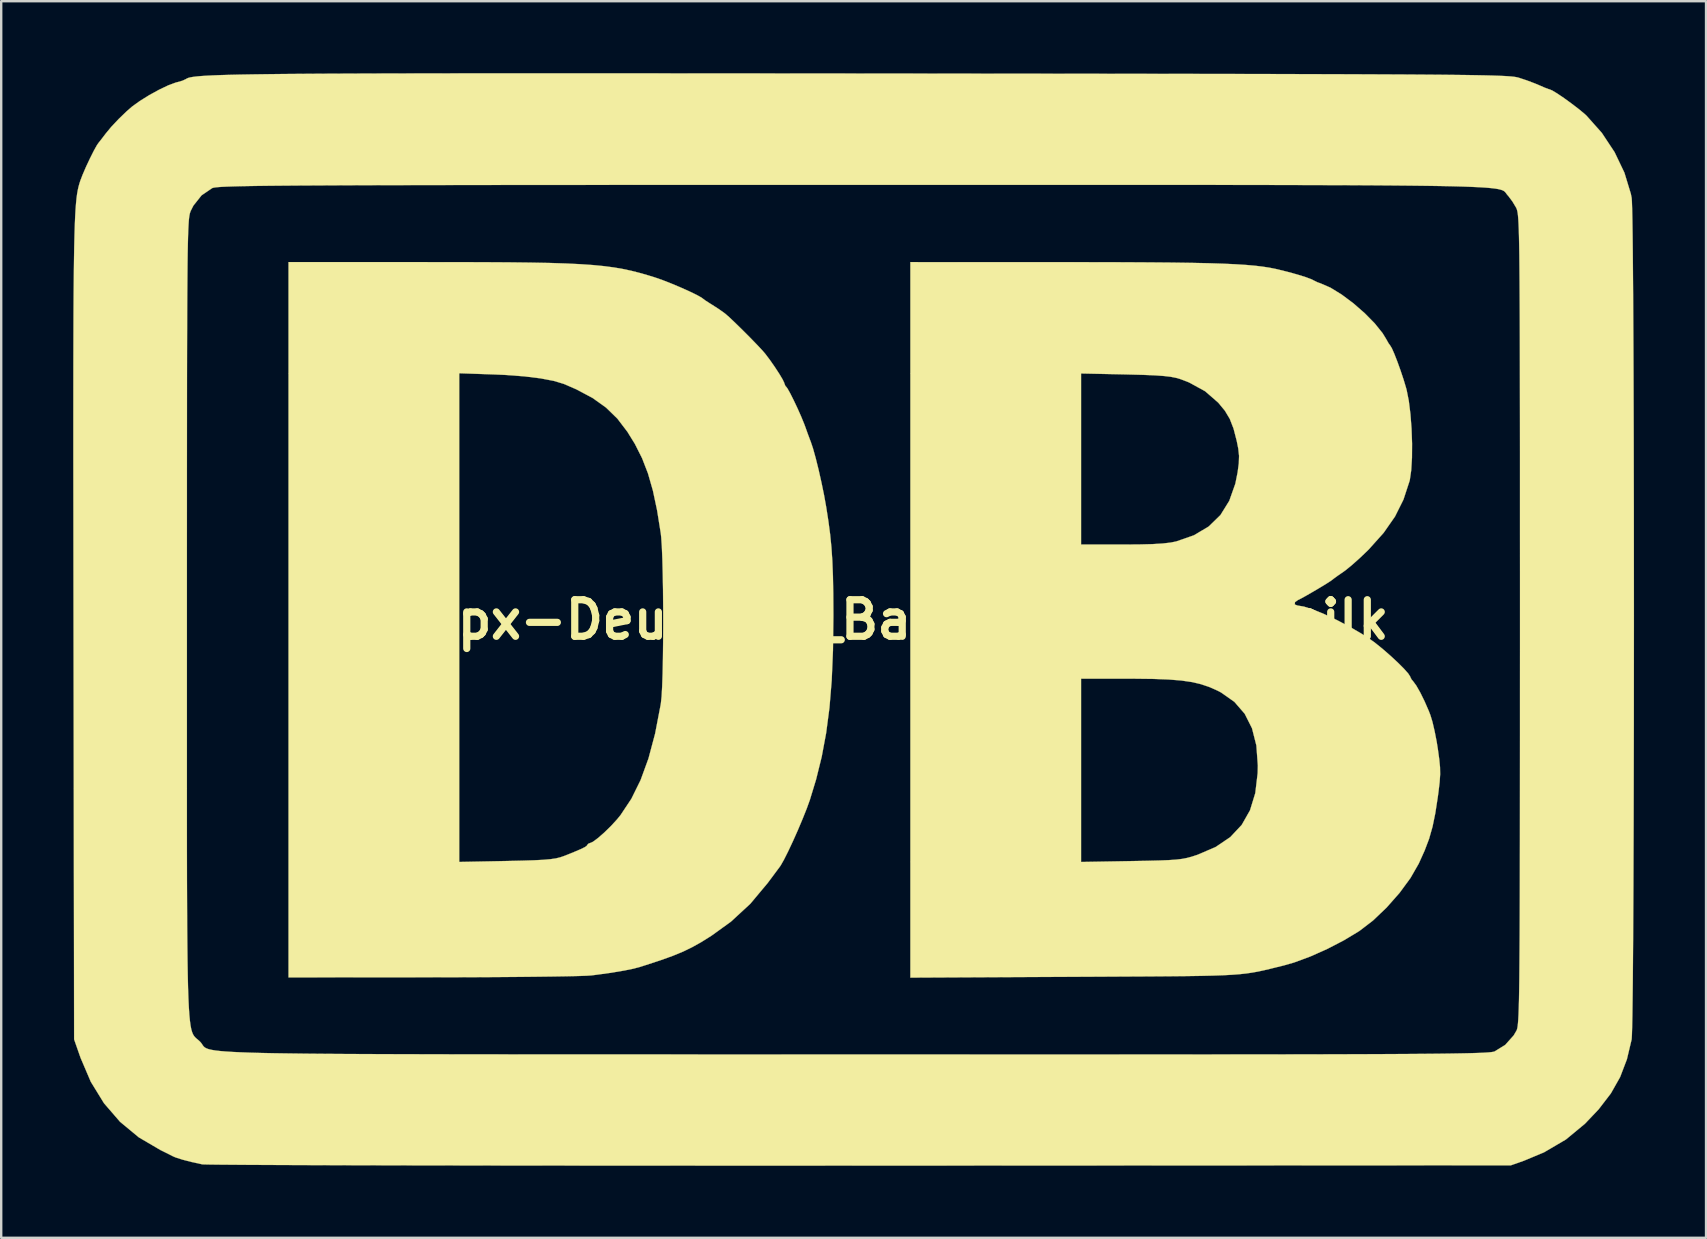
<source format=kicad_pcb>
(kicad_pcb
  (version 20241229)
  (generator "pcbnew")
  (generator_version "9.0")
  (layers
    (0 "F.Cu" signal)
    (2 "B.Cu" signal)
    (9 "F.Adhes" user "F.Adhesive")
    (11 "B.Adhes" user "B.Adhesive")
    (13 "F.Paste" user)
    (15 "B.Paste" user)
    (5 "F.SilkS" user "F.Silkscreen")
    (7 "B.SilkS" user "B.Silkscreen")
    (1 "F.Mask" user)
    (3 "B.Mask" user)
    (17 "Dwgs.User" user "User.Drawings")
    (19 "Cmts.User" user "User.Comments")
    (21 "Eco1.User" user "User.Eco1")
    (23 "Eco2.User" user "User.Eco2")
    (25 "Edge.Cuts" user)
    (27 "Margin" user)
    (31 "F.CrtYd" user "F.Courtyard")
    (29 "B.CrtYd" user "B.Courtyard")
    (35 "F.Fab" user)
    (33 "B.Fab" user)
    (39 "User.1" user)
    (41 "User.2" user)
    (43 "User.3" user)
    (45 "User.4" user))
  (footprint "1280px-Deutsche_Bahn_AG-Logo-silk"
    (layer "F.Cu")
    (at 32.508 22.771)
    (property "Reference" "1280px-Deutsche_Bahn_AG-Logo-silk" (at 0 0 0) (layer "F.SilkS") (effects (font (size 1.524 1.524) (thickness 0.3))))
    (attr through_hole)
    (fp_poly (pts (xy -16.548 -14.9) (xy -15.374 -14.897) (xy -14.343 -14.891) (xy -13.441 -14.88) (xy -12.654 -14.865) (xy -11.969 -14.843) (xy -11.373 -14.814) (xy -10.852 -14.778) (xy -10.393 -14.733) (xy -9.982 -14.679) (xy -9.605 -14.614) (xy -9.25 -14.538) (xy -8.902 -14.449) (xy -8.549 -14.348) (xy -8.255 -14.257) (xy -7.945 -14.148) (xy -7.58 -14.005) (xy -7.198 -13.844) (xy -6.837 -13.682) (xy -6.534 -13.535) (xy -6.329 -13.421) (xy -6.265 -13.373) (xy -6.173 -13.304) (xy -5.988 -13.185) (xy -5.884 -13.12) (xy -5.624 -12.953) (xy -5.388 -12.787) (xy -5.334 -12.745) (xy -5.158 -12.59) (xy -4.904 -12.348) (xy -4.604 -12.054) (xy -4.296 -11.745) (xy -4.013 -11.453) (xy -3.791 -11.216) (xy -3.682 -11.09) (xy -3.481 -10.824) (xy -3.276 -10.53) (xy -3.091 -10.247) (xy -2.952 -10.014) (xy -2.882 -9.868) (xy -2.879 -9.849) (xy -2.833 -9.735) (xy -2.815 -9.723) (xy -2.747 -9.633) (xy -2.631 -9.425) (xy -2.485 -9.135) (xy -2.327 -8.8) (xy -2.175 -8.458) (xy -2.047 -8.145) (xy -1.994 -8.001) (xy -1.895 -7.724) (xy -1.808 -7.491) (xy -1.776 -7.408) (xy -1.684 -7.134) (xy -1.573 -6.734) (xy -1.452 -6.248) (xy -1.333 -5.718) (xy -1.223 -5.185) (xy -1.136 -4.699) (xy -1.044 -4.11) (xy -0.972 -3.563) (xy -0.918 -3.023) (xy -0.88 -2.455) (xy -0.855 -1.826) (xy -0.841 -1.101) (xy -0.836 -0.245) (xy -0.836 -0.127) (xy -0.853 1.27) (xy -0.906 2.527) (xy -1 3.669) (xy -1.138 4.721) (xy -1.323 5.71) (xy -1.558 6.659) (xy -1.817 7.509) (xy -1.948 7.87) (xy -2.12 8.3) (xy -2.316 8.765) (xy -2.522 9.227) (xy -2.721 9.65) (xy -2.897 10) (xy -3.033 10.239) (xy -3.066 10.287) (xy -3.143 10.39) (xy -3.293 10.592) (xy -3.49 10.856) (xy -3.57 10.964) (xy -4.298 11.834) (xy -5.105 12.579) (xy -5.916 13.164) (xy -6.324 13.42) (xy -6.703 13.633) (xy -7.09 13.822) (xy -7.52 14) (xy -8.028 14.183) (xy -8.651 14.387) (xy -8.932 14.476) (xy -9.233 14.552) (xy -9.662 14.635) (xy -10.176 14.719) (xy -10.734 14.795) (xy -10.922 14.818) (xy -11.113 14.831) (xy -11.457 14.843) (xy -11.94 14.854) (xy -12.546 14.864) (xy -13.259 14.873) (xy -14.065 14.881) (xy -14.947 14.888) (xy -15.89 14.893) (xy -16.88 14.896) (xy -17.547 14.897) (xy -23.537 14.901) (xy -23.537 10.091) (xy -16.425 10.091) (xy -14.457 10.052) (xy -13.806 10.037) (xy -13.299 10.021) (xy -12.911 10.001) (xy -12.618 9.975) (xy -12.395 9.942) (xy -12.216 9.898) (xy -12.065 9.846) (xy -11.642 9.677) (xy -11.356 9.555) (xy -11.184 9.47) (xy -11.104 9.41) (xy -11.091 9.379) (xy -11.025 9.316) (xy -10.997 9.313) (xy -10.86 9.254) (xy -10.644 9.095) (xy -10.382 8.866) (xy -10.105 8.596) (xy -9.846 8.313) (xy -9.704 8.139) (xy -9.254 7.462) (xy -8.868 6.68) (xy -8.54 5.78) (xy -8.264 4.746) (xy -8.037 3.564) (xy -8.022 3.471) (xy -7.993 3.196) (xy -7.97 2.778) (xy -7.951 2.244) (xy -7.938 1.619) (xy -7.93 0.932) (xy -7.926 0.207) (xy -7.928 -0.527) (xy -7.934 -1.246) (xy -7.946 -1.922) (xy -7.962 -2.529) (xy -7.983 -3.041) (xy -8.009 -3.43) (xy -8.027 -3.598) (xy -8.181 -4.559) (xy -8.356 -5.382) (xy -8.561 -6.097) (xy -8.808 -6.734) (xy -9.106 -7.325) (xy -9.419 -7.832) (xy -9.835 -8.378) (xy -10.308 -8.839) (xy -10.868 -9.239) (xy -11.546 -9.6) (xy -12.065 -9.825) (xy -12.477 -9.95) (xy -13.036 -10.057) (xy -13.72 -10.141) (xy -14.506 -10.2) (xy -14.965 -10.22) (xy -16.425 -10.27) (xy -16.425 10.091) (xy -23.537 10.091) (xy -23.537 -14.901) (xy -17.877 -14.901) (xy -16.548 -14.9)) (stroke (width 0.01) (type solid)) (fill yes) (layer "F.SilkS"))
    (fp_poly (pts (xy 8.7 -14.899) (xy 10.071 -14.898) (xy 11.285 -14.895) (xy 12.353 -14.889) (xy 13.287 -14.881) (xy 14.098 -14.869) (xy 14.799 -14.854) (xy 15.401 -14.835) (xy 15.916 -14.811) (xy 16.356 -14.783) (xy 16.732 -14.75) (xy 17.056 -14.711) (xy 17.34 -14.667) (xy 17.596 -14.616) (xy 17.653 -14.603) (xy 18.093 -14.494) (xy 18.505 -14.38) (xy 18.851 -14.272) (xy 19.093 -14.181) (xy 19.177 -14.137) (xy 19.319 -14.066) (xy 19.469 -14.012) (xy 19.877 -13.834) (xy 20.343 -13.547) (xy 20.83 -13.183) (xy 21.301 -12.772) (xy 21.719 -12.347) (xy 22.047 -11.938) (xy 22.193 -11.699) (xy 22.292 -11.523) (xy 22.36 -11.43) (xy 22.43 -11.316) (xy 22.535 -11.078) (xy 22.661 -10.755) (xy 22.794 -10.386) (xy 22.92 -10.008) (xy 23.024 -9.661) (xy 23.049 -9.567) (xy 23.138 -9.118) (xy 23.206 -8.569) (xy 23.252 -7.962) (xy 23.274 -7.341) (xy 23.27 -6.75) (xy 23.239 -6.231) (xy 23.181 -5.829) (xy 23.168 -5.777) (xy 22.916 -5.008) (xy 22.563 -4.301) (xy 22.089 -3.621) (xy 21.473 -2.934) (xy 21.418 -2.879) (xy 21.106 -2.581) (xy 20.791 -2.299) (xy 20.52 -2.076) (xy 20.402 -1.99) (xy 20.183 -1.839) (xy 20.027 -1.726) (xy 19.981 -1.689) (xy 19.885 -1.618) (xy 19.683 -1.489) (xy 19.415 -1.326) (xy 19.123 -1.154) (xy 18.847 -0.995) (xy 18.63 -0.876) (xy 18.521 -0.823) (xy 18.395 -0.732) (xy 18.388 -0.636) (xy 18.499 -0.593) (xy 18.769 -0.548) (xy 19.15 -0.425) (xy 19.61 -0.237) (xy 20.119 0.002) (xy 20.645 0.277) (xy 21.159 0.575) (xy 21.492 0.787) (xy 21.757 0.98) (xy 22.06 1.226) (xy 22.375 1.501) (xy 22.674 1.778) (xy 22.929 2.032) (xy 23.112 2.237) (xy 23.196 2.366) (xy 23.199 2.381) (xy 23.252 2.486) (xy 23.317 2.562) (xy 23.449 2.741) (xy 23.616 3.035) (xy 23.797 3.402) (xy 23.969 3.797) (xy 24.038 3.975) (xy 24.123 4.254) (xy 24.214 4.644) (xy 24.3 5.084) (xy 24.349 5.391) (xy 24.407 5.815) (xy 24.439 6.146) (xy 24.444 6.443) (xy 24.423 6.764) (xy 24.375 7.169) (xy 24.346 7.385) (xy 24.242 8.062) (xy 24.126 8.625) (xy 23.983 9.127) (xy 23.795 9.623) (xy 23.552 10.16) (xy 23.209 10.758) (xy 22.751 11.382) (xy 22.217 11.987) (xy 21.648 12.53) (xy 21.081 12.965) (xy 21.078 12.967) (xy 20.448 13.348) (xy 19.751 13.71) (xy 19.04 14.028) (xy 18.368 14.277) (xy 17.949 14.398) (xy 17.629 14.477) (xy 17.35 14.546) (xy 17.097 14.606) (xy 16.858 14.657) (xy 16.619 14.7) (xy 16.368 14.737) (xy 16.091 14.767) (xy 15.775 14.791) (xy 15.406 14.811) (xy 14.972 14.826) (xy 14.459 14.838) (xy 13.854 14.847) (xy 13.143 14.854) (xy 12.314 14.86) (xy 11.353 14.865) (xy 10.247 14.871) (xy 9.207 14.876) (xy 2.371 14.91) (xy 2.371 2.455) (xy 9.483 2.455) (xy 9.483 10.092) (xy 11.578 10.055) (xy 12.234 10.043) (xy 12.747 10.03) (xy 13.143 10.014) (xy 13.45 9.993) (xy 13.692 9.964) (xy 13.897 9.924) (xy 14.092 9.872) (xy 14.302 9.803) (xy 14.339 9.791) (xy 15.089 9.468) (xy 15.7 9.056) (xy 16.176 8.548) (xy 16.522 7.939) (xy 16.742 7.222) (xy 16.841 6.389) (xy 16.848 6.071) (xy 16.787 5.237) (xy 16.605 4.521) (xy 16.3 3.916) (xy 15.87 3.42) (xy 15.312 3.028) (xy 15.155 2.947) (xy 14.819 2.799) (xy 14.473 2.683) (xy 14.094 2.595) (xy 13.654 2.531) (xy 13.129 2.489) (xy 12.493 2.465) (xy 11.721 2.456) (xy 11.462 2.455) (xy 9.483 2.455) (xy 2.371 2.455) (xy 2.371 -3.133) (xy 9.483 -3.133) (xy 11.211 -3.133) (xy 11.907 -3.137) (xy 12.458 -3.151) (xy 12.885 -3.177) (xy 13.212 -3.215) (xy 13.443 -3.261) (xy 14.187 -3.52) (xy 14.801 -3.886) (xy 15.29 -4.362) (xy 15.658 -4.955) (xy 15.911 -5.67) (xy 16.005 -6.138) (xy 16.056 -6.525) (xy 16.066 -6.829) (xy 16.033 -7.132) (xy 15.969 -7.451) (xy 15.836 -7.965) (xy 15.68 -8.367) (xy 15.475 -8.71) (xy 15.198 -9.045) (xy 14.651 -9.521) (xy 13.975 -9.891) (xy 13.632 -10.023) (xy 13.44 -10.079) (xy 13.217 -10.123) (xy 12.935 -10.156) (xy 12.569 -10.182) (xy 12.092 -10.202) (xy 11.478 -10.218) (xy 11.324 -10.222) (xy 9.483 -10.261) (xy 9.483 -3.133) (xy 2.371 -3.133) (xy 2.371 -14.901) (xy 8.7 -14.899)) (stroke (width 0.01) (type solid)) (fill yes) (layer "F.SilkS"))
    (fp_poly (pts (xy -11.296 -22.766) (xy -9.361 -22.766) (xy -7.28 -22.764) (xy -5.048 -22.763) (xy -2.658 -22.761) (xy -0.105 -22.759) (xy 0.55 -22.758) (xy 3.076 -22.756) (xy 5.437 -22.753) (xy 7.641 -22.751) (xy 9.692 -22.749) (xy 11.596 -22.746) (xy 13.358 -22.744) (xy 14.985 -22.741) (xy 16.482 -22.739) (xy 17.853 -22.736) (xy 19.106 -22.732) (xy 20.245 -22.729) (xy 21.277 -22.725) (xy 22.206 -22.721) (xy 23.038 -22.717) (xy 23.78 -22.712) (xy 24.435 -22.707) (xy 25.011 -22.701) (xy 25.513 -22.695) (xy 25.945 -22.688) (xy 26.315 -22.681) (xy 26.627 -22.673) (xy 26.886 -22.664) (xy 27.1 -22.655) (xy 27.272 -22.645) (xy 27.409 -22.634) (xy 27.517 -22.623) (xy 27.6 -22.61) (xy 27.665 -22.597) (xy 27.712 -22.585) (xy 28.06 -22.47) (xy 28.408 -22.338) (xy 28.576 -22.267) (xy 28.804 -22.168) (xy 28.965 -22.107) (xy 29.003 -22.098) (xy 29.119 -22.049) (xy 29.331 -21.92) (xy 29.604 -21.735) (xy 29.902 -21.519) (xy 30.191 -21.299) (xy 30.434 -21.1) (xy 30.542 -21.002) (xy 31.179 -20.286) (xy 31.712 -19.481) (xy 32.122 -18.624) (xy 32.388 -17.75) (xy 32.423 -17.574) (xy 32.433 -17.429) (xy 32.443 -17.124) (xy 32.453 -16.67) (xy 32.462 -16.076) (xy 32.47 -15.353) (xy 32.477 -14.51) (xy 32.484 -13.557) (xy 32.49 -12.504) (xy 32.496 -11.361) (xy 32.501 -10.138) (xy 32.505 -8.845) (xy 32.509 -7.492) (xy 32.511 -6.088) (xy 32.514 -4.644) (xy 32.515 -3.169) (xy 32.516 -1.674) (xy 32.517 -0.168) (xy 32.516 1.339) (xy 32.515 2.837) (xy 32.514 4.315) (xy 32.511 5.765) (xy 32.508 7.176) (xy 32.505 8.539) (xy 32.5 9.842) (xy 32.496 11.078) (xy 32.49 12.234) (xy 32.484 13.303) (xy 32.477 14.273) (xy 32.47 15.135) (xy 32.461 15.879) (xy 32.453 16.495) (xy 32.443 16.973) (xy 32.433 17.303) (xy 32.423 17.476) (xy 32.421 17.489) (xy 32.224 18.316) (xy 31.943 19.052) (xy 31.557 19.734) (xy 31.047 20.398) (xy 30.478 20.997) (xy 29.684 21.654) (xy 28.771 22.19) (xy 27.935 22.539) (xy 27.39 22.731) (xy 0.296 22.743) (xy -1.839 22.744) (xy -3.931 22.744) (xy -5.976 22.744) (xy -7.965 22.743) (xy -9.893 22.743) (xy -11.754 22.741) (xy -13.54 22.74) (xy -15.245 22.738) (xy -16.863 22.735) (xy -18.387 22.733) (xy -19.812 22.73) (xy -21.13 22.727) (xy -22.335 22.723) (xy -23.421 22.719) (xy -24.381 22.715) (xy -25.208 22.711) (xy -25.897 22.706) (xy -26.441 22.702) (xy -26.833 22.697) (xy -27.067 22.692) (xy -27.136 22.688) (xy -27.577 22.592) (xy -27.961 22.492) (xy -28.245 22.401) (xy -28.345 22.358) (xy -28.506 22.276) (xy -28.747 22.156) (xy -28.871 22.095) (xy -29.774 21.566) (xy -30.558 20.916) (xy -31.225 20.144) (xy -31.775 19.25) (xy -32.202 18.25) (xy -32.47 17.484) (xy -32.487 5.489) (xy -27.771 5.489) (xy -27.771 7.025) (xy -27.771 8.42) (xy -27.77 9.681) (xy -27.768 10.814) (xy -27.764 11.828) (xy -27.76 12.728) (xy -27.753 13.522) (xy -27.745 14.218) (xy -27.735 14.821) (xy -27.723 15.34) (xy -27.708 15.78) (xy -27.69 16.15) (xy -27.67 16.455) (xy -27.646 16.704) (xy -27.619 16.903) (xy -27.589 17.06) (xy -27.554 17.18) (xy -27.516 17.272) (xy -27.473 17.342) (xy -27.426 17.398) (xy -27.375 17.446) (xy -27.318 17.493) (xy -27.256 17.547) (xy -27.219 17.583) (xy -27.176 17.633) (xy -27.143 17.679) (xy -27.115 17.722) (xy -27.086 17.762) (xy -27.05 17.799) (xy -27.003 17.834) (xy -26.938 17.865) (xy -26.851 17.895) (xy -26.735 17.921) (xy -26.585 17.946) (xy -26.395 17.968) (xy -26.16 17.988) (xy -25.875 18.006) (xy -25.533 18.022) (xy -25.129 18.037) (xy -24.658 18.05) (xy -24.114 18.061) (xy -23.492 18.07) (xy -22.786 18.079) (xy -21.99 18.086) (xy -21.099 18.092) (xy -20.107 18.096) (xy -19.01 18.1) (xy -17.8 18.103) (xy -16.473 18.106) (xy -15.024 18.107) (xy -13.446 18.109) (xy -11.734 18.109) (xy -9.883 18.11) (xy -7.886 18.11) (xy -5.739 18.111) (xy -3.436 18.111) (xy -0.971 18.112) (xy 0.011 18.112) (xy 2.532 18.112) (xy 4.89 18.113) (xy 7.09 18.113) (xy 9.136 18.113) (xy 11.036 18.113) (xy 12.793 18.112) (xy 14.414 18.111) (xy 15.905 18.11) (xy 17.27 18.109) (xy 18.515 18.107) (xy 19.646 18.105) (xy 20.669 18.102) (xy 21.588 18.099) (xy 22.409 18.095) (xy 23.139 18.091) (xy 23.781 18.086) (xy 24.342 18.081) (xy 24.828 18.075) (xy 25.243 18.068) (xy 25.593 18.061) (xy 25.885 18.053) (xy 26.123 18.045) (xy 26.312 18.036) (xy 26.459 18.026) (xy 26.569 18.015) (xy 26.647 18.003) (xy 26.698 17.991) (xy 26.715 17.985) (xy 27.155 17.713) (xy 27.509 17.316) (xy 27.628 17.111) (xy 27.645 17.068) (xy 27.66 17.008) (xy 27.674 16.922) (xy 27.687 16.804) (xy 27.699 16.647) (xy 27.71 16.443) (xy 27.719 16.186) (xy 27.728 15.869) (xy 27.735 15.484) (xy 27.742 15.026) (xy 27.747 14.486) (xy 27.752 13.858) (xy 27.757 13.135) (xy 27.76 12.309) (xy 27.763 11.374) (xy 27.765 10.323) (xy 27.767 9.149) (xy 27.768 7.845) (xy 27.769 6.403) (xy 27.77 4.817) (xy 27.77 3.081) (xy 27.771 1.185) (xy 27.771 -0.016) (xy 27.771 -2.002) (xy 27.77 -3.826) (xy 27.77 -5.494) (xy 27.77 -7.014) (xy 27.769 -8.393) (xy 27.767 -9.638) (xy 27.766 -10.756) (xy 27.764 -11.755) (xy 27.761 -12.64) (xy 27.757 -13.419) (xy 27.753 -14.1) (xy 27.748 -14.689) (xy 27.743 -15.194) (xy 27.736 -15.621) (xy 27.728 -15.977) (xy 27.72 -16.27) (xy 27.71 -16.507) (xy 27.699 -16.694) (xy 27.687 -16.839) (xy 27.673 -16.949) (xy 27.658 -17.03) (xy 27.642 -17.091) (xy 27.624 -17.138) (xy 27.609 -17.17) (xy 27.454 -17.428) (xy 27.283 -17.656) (xy 27.258 -17.683) (xy 27.223 -17.725) (xy 27.196 -17.763) (xy 27.169 -17.799) (xy 27.139 -17.832) (xy 27.099 -17.863) (xy 27.044 -17.892) (xy 26.968 -17.918) (xy 26.866 -17.943) (xy 26.733 -17.965) (xy 26.561 -17.985) (xy 26.347 -18.004) (xy 26.085 -18.02) (xy 25.769 -18.035) (xy 25.393 -18.049) (xy 24.952 -18.061) (xy 24.441 -18.071) (xy 23.853 -18.08) (xy 23.184 -18.088) (xy 22.428 -18.095) (xy 21.579 -18.101) (xy 20.632 -18.106) (xy 19.581 -18.109) (xy 18.42 -18.112) (xy 17.145 -18.115) (xy 15.749 -18.117) (xy 14.228 -18.118) (xy 12.574 -18.118) (xy 10.784 -18.119) (xy 8.851 -18.119) (xy 6.77 -18.119) (xy 4.536 -18.119) (xy 2.142 -18.119) (xy 0.037 -18.119) (xy -2.487 -18.119) (xy -4.848 -18.118) (xy -7.049 -18.118) (xy -9.098 -18.118) (xy -11 -18.117) (xy -12.76 -18.116) (xy -14.384 -18.115) (xy -15.876 -18.113) (xy -17.244 -18.111) (xy -18.491 -18.109) (xy -19.624 -18.107) (xy -20.649 -18.104) (xy -21.57 -18.1) (xy -22.393 -18.096) (xy -23.124 -18.092) (xy -23.768 -18.087) (xy -24.331 -18.082) (xy -24.817 -18.076) (xy -25.234 -18.069) (xy -25.586 -18.062) (xy -25.878 -18.054) (xy -26.117 -18.046) (xy -26.307 -18.037) (xy -26.454 -18.027) (xy -26.564 -18.016) (xy -26.643 -18.005) (xy -26.695 -17.992) (xy -26.717 -17.984) (xy -27.161 -17.682) (xy -27.502 -17.252) (xy -27.613 -17.032) (xy -27.631 -16.984) (xy -27.649 -16.927) (xy -27.664 -16.852) (xy -27.679 -16.754) (xy -27.692 -16.624) (xy -27.703 -16.457) (xy -27.714 -16.243) (xy -27.723 -15.978) (xy -27.731 -15.653) (xy -27.739 -15.261) (xy -27.745 -14.795) (xy -27.75 -14.248) (xy -27.755 -13.614) (xy -27.759 -12.884) (xy -27.762 -12.051) (xy -27.765 -11.11) (xy -27.767 -10.051) (xy -27.768 -8.869) (xy -27.769 -7.556) (xy -27.77 -6.105) (xy -27.77 -4.509) (xy -27.771 -2.761) (xy -27.771 -0.854) (xy -27.771 -0.037) (xy -27.771 1.965) (xy -27.771 3.805) (xy -27.771 5.489) (xy -32.487 5.489) (xy -32.494 0.466) (xy -32.497 -1.582) (xy -32.499 -3.468) (xy -32.501 -5.199) (xy -32.503 -6.782) (xy -32.503 -8.223) (xy -32.502 -9.531) (xy -32.501 -10.712) (xy -32.498 -11.773) (xy -32.495 -12.722) (xy -32.49 -13.565) (xy -32.483 -14.31) (xy -32.475 -14.963) (xy -32.466 -15.533) (xy -32.454 -16.025) (xy -32.441 -16.447) (xy -32.426 -16.806) (xy -32.409 -17.109) (xy -32.389 -17.363) (xy -32.368 -17.576) (xy -32.344 -17.753) (xy -32.317 -17.904) (xy -32.288 -18.034) (xy -32.256 -18.151) (xy -32.222 -18.261) (xy -32.213 -18.288) (xy -32.112 -18.552) (xy -31.97 -18.88) (xy -31.808 -19.224) (xy -31.651 -19.537) (xy -31.519 -19.774) (xy -31.454 -19.868) (xy -31.351 -19.997) (xy -31.201 -20.193) (xy -31.159 -20.249) (xy -30.922 -20.536) (xy -30.609 -20.868) (xy -30.279 -21.186) (xy -30.056 -21.38) (xy -29.732 -21.614) (xy -29.34 -21.858) (xy -28.926 -22.085) (xy -28.54 -22.269) (xy -28.23 -22.383) (xy -28.173 -22.397) (xy -27.955 -22.459) (xy -27.81 -22.527) (xy -27.808 -22.528) (xy -27.77 -22.552) (xy -27.716 -22.574) (xy -27.639 -22.595) (xy -27.535 -22.614) (xy -27.397 -22.632) (xy -27.221 -22.649) (xy -27 -22.664) (xy -26.73 -22.678) (xy -26.406 -22.691) (xy -26.021 -22.702) (xy -25.571 -22.713) (xy -25.049 -22.722) (xy -24.452 -22.73) (xy -23.772 -22.738) (xy -23.006 -22.744) (xy -22.146 -22.75) (xy -21.189 -22.754) (xy -20.129 -22.758) (xy -18.96 -22.761) (xy -17.677 -22.763) (xy -16.274 -22.765) (xy -14.747 -22.766) (xy -13.089 -22.766) (xy -11.296 -22.766)) (stroke (width 0.01) (type solid)) (fill yes) (layer "F.SilkS")))
  (gr_rect
    (start -3 -3)
    (end 68.03 48.521)
    (stroke (width 0.1) (type default))
    (fill no)
    (layer "Edge.Cuts")))
</source>
